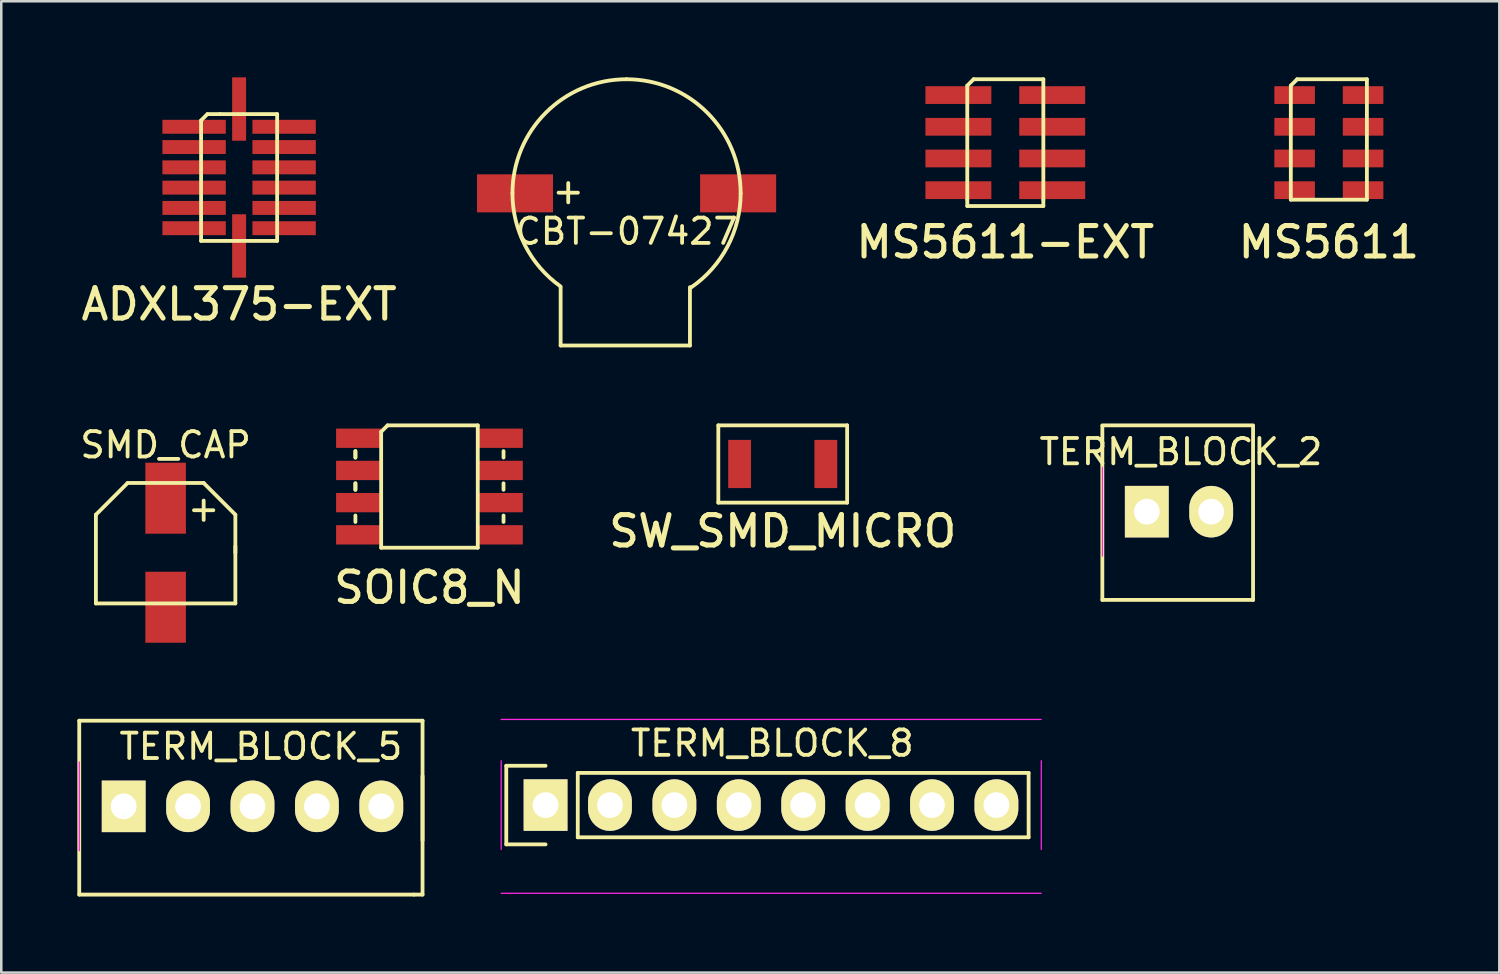
<source format=kicad_pcb>
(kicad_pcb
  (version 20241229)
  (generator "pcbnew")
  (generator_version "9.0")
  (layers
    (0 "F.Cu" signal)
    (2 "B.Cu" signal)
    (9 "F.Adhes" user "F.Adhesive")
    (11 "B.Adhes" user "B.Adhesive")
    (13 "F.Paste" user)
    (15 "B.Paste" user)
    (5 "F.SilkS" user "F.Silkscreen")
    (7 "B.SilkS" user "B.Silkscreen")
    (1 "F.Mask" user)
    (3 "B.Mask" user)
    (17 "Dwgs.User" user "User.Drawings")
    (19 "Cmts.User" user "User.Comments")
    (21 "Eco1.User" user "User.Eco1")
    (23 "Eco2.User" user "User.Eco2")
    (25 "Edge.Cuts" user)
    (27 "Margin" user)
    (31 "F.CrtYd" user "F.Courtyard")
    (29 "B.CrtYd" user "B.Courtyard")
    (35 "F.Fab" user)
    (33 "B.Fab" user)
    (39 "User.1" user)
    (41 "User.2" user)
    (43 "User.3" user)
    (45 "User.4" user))
  (footprint "TERM_BLOCK_2"
    (layer "F.Cu")
    (at 42.177 17.129)
    (property "Reference" "TERM_BLOCK_2" (at 1.346 -2.362 0) (layer "F.SilkS") (effects (font (size 1 1) (thickness 0.15))))
    (attr through_hole)
    (fp_line (start -1.753 -3.404) (end 4.191 -3.404) (stroke (width 0.15) (type solid)) (layer "F.SilkS"))
    (fp_line (start -1.753 -3.378) (end -1.753 3.48) (stroke (width 0.15) (type solid)) (layer "F.SilkS"))
    (fp_line (start 4.191 3.48) (end -1.753 3.48) (stroke (width 0.15) (type solid)) (layer "F.SilkS"))
    (fp_line (start 4.191 3.48) (end 4.191 -3.378) (stroke (width 0.15) (type solid)) (layer "F.SilkS"))
    (fp_line (start -1.75 -1.75) (end -1.75 1.75) (stroke (width 0.05) (type solid)) (layer "F.CrtYd"))
    (pad "1" thru_hole rect (at 0 0) (size 1.727 2.032) (drill 1.016) (layers "*.Cu" "*.Mask" "F.SilkS"))
    (pad "2" thru_hole oval (at 2.54 0) (size 1.727 2.032) (drill 1.016) (layers "*.Cu" "*.Mask" "F.SilkS")))
  (footprint "TERM_BLOCK_8"
    (layer "F.Cu")
    (at 18.466 28.701)
    (property "Reference" "TERM_BLOCK_8" (at 8.941 -2.438 0) (layer "F.SilkS") (effects (font (size 1 1) (thickness 0.15))))
    (attr through_hole)
    (fp_line (start -1.55 -1.55) (end -1.55 1.55) (stroke (width 0.15) (type solid)) (layer "F.SilkS"))
    (fp_line (start -1.55 1.55) (end 0 1.55) (stroke (width 0.15) (type solid)) (layer "F.SilkS"))
    (fp_line (start 0 -1.55) (end -1.55 -1.55) (stroke (width 0.15) (type solid)) (layer "F.SilkS"))
    (fp_line (start 1.27 1.27) (end 1.27 -1.27) (stroke (width 0.15) (type solid)) (layer "F.SilkS"))
    (fp_line (start 1.27 1.27) (end 19.05 1.27) (stroke (width 0.15) (type solid)) (layer "F.SilkS"))
    (fp_line (start 19.05 -1.27) (end 1.27 -1.27) (stroke (width 0.15) (type solid)) (layer "F.SilkS"))
    (fp_line (start 19.05 1.27) (end 19.05 -1.27) (stroke (width 0.15) (type solid)) (layer "F.SilkS"))
    (fp_line (start -1.753 -3.378) (end 19.547 -3.378) (stroke (width 0.05) (type solid)) (layer "F.CrtYd"))
    (fp_line (start -1.753 3.48) (end 19.547 3.48) (stroke (width 0.05) (type solid)) (layer "F.CrtYd"))
    (fp_line (start -1.75 -1.75) (end -1.75 1.75) (stroke (width 0.05) (type solid)) (layer "F.CrtYd"))
    (fp_line (start 19.55 -1.75) (end 19.55 1.75) (stroke (width 0.05) (type solid)) (layer "F.CrtYd"))
    (pad "1" thru_hole rect (at 0 0) (size 1.727 2.032) (drill 1.016) (layers "*.Cu" "*.Mask" "F.SilkS"))
    (pad "2" thru_hole oval (at 2.54 0) (size 1.727 2.032) (drill 1.016) (layers "*.Cu" "*.Mask" "F.SilkS"))
    (pad "3" thru_hole oval (at 5.08 0) (size 1.727 2.032) (drill 1.016) (layers "*.Cu" "*.Mask" "F.SilkS"))
    (pad "4" thru_hole oval (at 7.62 0) (size 1.727 2.032) (drill 1.016) (layers "*.Cu" "*.Mask" "F.SilkS"))
    (pad "5" thru_hole oval (at 10.16 0) (size 1.727 2.032) (drill 1.016) (layers "*.Cu" "*.Mask" "F.SilkS"))
    (pad "6" thru_hole oval (at 12.7 0) (size 1.727 2.032) (drill 1.016) (layers "*.Cu" "*.Mask" "F.SilkS"))
    (pad "7" thru_hole oval (at 15.24 0) (size 1.727 2.032) (drill 1.016) (layers "*.Cu" "*.Mask" "F.SilkS"))
    (pad "8" thru_hole oval (at 17.78 0) (size 1.727 2.032) (drill 1.016) (layers "*.Cu" "*.Mask" "F.SilkS")))
  (footprint "ADXL375-EXT"
    (layer "F.Cu")
    (at 6.38 3.95)
    (property "Reference" "ADXL375-EXT" (at 0 5 0) (layer "F.SilkS") (effects (font (size 1.2 1.2) (thickness 0.2))))
    (attr through_hole)
    (fp_line (start -1.5 -2.25) (end -1.5 2.5) (stroke (width 0.15) (type solid)) (layer "F.SilkS"))
    (fp_line (start -1.5 2.5) (end 1.5 2.5) (stroke (width 0.15) (type solid)) (layer "F.SilkS"))
    (fp_line (start -1.25 -2.5) (end -1.5 -2.25) (stroke (width 0.15) (type solid)) (layer "F.SilkS"))
    (fp_line (start -0.75 -2.5) (end -1.25 -2.5) (stroke (width 0.15) (type solid)) (layer "F.SilkS"))
    (fp_line (start 1.5 -2.5) (end -0.75 -2.5) (stroke (width 0.15) (type solid)) (layer "F.SilkS"))
    (fp_line (start 1.5 2.5) (end 1.5 -2.5) (stroke (width 0.15) (type solid)) (layer "F.SilkS"))
    (pad "1" smd rect (at -1.775 -2) (size 2.5 0.55) (layers "F.Cu" "F.Mask" "F.Paste"))
    (pad "2" smd rect (at -1.775 -1.2) (size 2.5 0.55) (layers "F.Cu" "F.Mask" "F.Paste"))
    (pad "3" smd rect (at -1.775 -0.4) (size 2.5 0.55) (layers "F.Cu" "F.Mask" "F.Paste"))
    (pad "4" smd rect (at -1.775 0.4) (size 2.5 0.55) (layers "F.Cu" "F.Mask" "F.Paste"))
    (pad "5" smd rect (at -1.775 1.2) (size 2.5 0.55) (layers "F.Cu" "F.Mask" "F.Paste"))
    (pad "6" smd rect (at -1.775 2) (size 2.5 0.55) (layers "F.Cu" "F.Mask" "F.Paste"))
    (pad "7" smd rect (at 0 2.7) (size 0.55 2.5) (layers "F.Cu" "F.Mask" "F.Paste"))
    (pad "8" smd rect (at 1.775 2) (size 2.5 0.55) (layers "F.Cu" "F.Mask" "F.Paste"))
    (pad "9" smd rect (at 1.775 1.2) (size 2.5 0.55) (layers "F.Cu" "F.Mask" "F.Paste"))
    (pad "10" smd rect (at 1.775 0.4) (size 2.5 0.55) (layers "F.Cu" "F.Mask" "F.Paste"))
    (pad "11" smd rect (at 1.775 -0.4) (size 2.5 0.55) (layers "F.Cu" "F.Mask" "F.Paste"))
    (pad "12" smd rect (at 1.775 -1.2) (size 2.5 0.55) (layers "F.Cu" "F.Mask" "F.Paste"))
    (pad "13" smd rect (at 1.775 -2) (size 2.5 0.55) (layers "F.Cu" "F.Mask" "F.Paste"))
    (pad "14" smd rect (at 0 -2.7) (size 0.55 2.5) (layers "F.Cu" "F.Mask" "F.Paste")))
  (footprint "MS5611-EXT"
    (layer "F.Cu")
    (at 36.597 2.575)
    (property "Reference" "MS5611-EXT" (at 0 3.925 0) (layer "F.SilkS") (effects (font (size 1.2 1.2) (thickness 0.2))))
    (attr through_hole)
    (fp_line (start -1.5 -2.25) (end -1.25 -2.5) (stroke (width 0.15) (type solid)) (layer "F.SilkS"))
    (fp_line (start -1.5 2.25) (end -1.5 -2.25) (stroke (width 0.15) (type solid)) (layer "F.SilkS"))
    (fp_line (start -1.5 2.25) (end -1.5 2.5) (stroke (width 0.15) (type solid)) (layer "F.SilkS"))
    (fp_line (start -1.5 2.5) (end 1.5 2.5) (stroke (width 0.15) (type solid)) (layer "F.SilkS"))
    (fp_line (start -1.25 -2.5) (end 1.5 -2.5) (stroke (width 0.15) (type solid)) (layer "F.SilkS"))
    (fp_line (start 1.5 -2.5) (end 1.5 2.25) (stroke (width 0.15) (type solid)) (layer "F.SilkS"))
    (fp_line (start 1.5 2.5) (end 1.5 2.25) (stroke (width 0.15) (type solid)) (layer "F.SilkS"))
    (pad "1" smd rect (at -1.85 -1.875) (size 2.6 0.7) (layers "F.Cu" "F.Mask" "F.Paste"))
    (pad "2" smd rect (at -1.85 -0.625) (size 2.6 0.7) (layers "F.Cu" "F.Mask" "F.Paste"))
    (pad "3" smd rect (at -1.85 0.625) (size 2.6 0.7) (layers "F.Cu" "F.Mask" "F.Paste"))
    (pad "4" smd rect (at -1.85 1.875) (size 2.6 0.7) (layers "F.Cu" "F.Mask" "F.Paste"))
    (pad "5" smd rect (at 1.85 1.875) (size 2.6 0.7) (layers "F.Cu" "F.Mask" "F.Paste"))
    (pad "6" smd rect (at 1.85 0.625) (size 2.6 0.7) (layers "F.Cu" "F.Mask" "F.Paste"))
    (pad "7" smd rect (at 1.85 -0.625) (size 2.6 0.7) (layers "F.Cu" "F.Mask" "F.Paste"))
    (pad "8" smd rect (at 1.85 -1.875) (size 2.6 0.7) (layers "F.Cu" "F.Mask" "F.Paste")))
  (footprint "SW_SMD_MICRO"
    (layer "F.Cu")
    (at 27.819 15.249)
    (property "Reference" "SW_SMD_MICRO" (at 0 2.65 0) (layer "F.SilkS") (effects (font (size 1.2 1.2) (thickness 0.2))))
    (attr through_hole)
    (fp_line (start -2.54 -1.524) (end -2.54 1.524) (stroke (width 0.15) (type solid)) (layer "F.SilkS"))
    (fp_line (start -2.54 1.524) (end 2.54 1.524) (stroke (width 0.15) (type solid)) (layer "F.SilkS"))
    (fp_line (start 2.54 -1.524) (end -2.54 -1.524) (stroke (width 0.15) (type solid)) (layer "F.SilkS"))
    (fp_line (start 2.54 1.524) (end 2.54 -1.524) (stroke (width 0.15) (type solid)) (layer "F.SilkS"))
    (pad "1" smd rect (at -1.7 0) (size 0.9 1.9) (layers "F.Cu" "F.Mask" "F.Paste"))
    (pad "2" smd rect (at 1.7 0) (size 0.9 1.9) (layers "F.Cu" "F.Mask" "F.Paste")))
  (footprint "MS5611"
    (layer "F.Cu")
    (at 49.357 2.575)
    (property "Reference" "MS5611" (at 0 3.925 0) (layer "F.SilkS") (effects (font (size 1.2 1.2) (thickness 0.2))))
    (attr through_hole)
    (fp_line (start -1.5 -2.25) (end -1.25 -2.5) (stroke (width 0.15) (type solid)) (layer "F.SilkS"))
    (fp_line (start -1.5 2.25) (end -1.5 -2.25) (stroke (width 0.15) (type solid)) (layer "F.SilkS"))
    (fp_line (start -1.25 -2.5) (end 1.5 -2.5) (stroke (width 0.15) (type solid)) (layer "F.SilkS"))
    (fp_line (start 1.5 -2.5) (end 1.5 2.25) (stroke (width 0.15) (type solid)) (layer "F.SilkS"))
    (fp_line (start 1.5 2.25) (end -1.5 2.25) (stroke (width 0.15) (type solid)) (layer "F.SilkS"))
    (pad "1" smd rect (at -1.35 -1.875) (size 1.6 0.7) (layers "F.Cu" "F.Mask" "F.Paste"))
    (pad "2" smd rect (at -1.35 -0.625) (size 1.6 0.7) (layers "F.Cu" "F.Mask" "F.Paste"))
    (pad "3" smd rect (at -1.35 0.625) (size 1.6 0.7) (layers "F.Cu" "F.Mask" "F.Paste"))
    (pad "4" smd rect (at -1.35 1.875) (size 1.6 0.7) (layers "F.Cu" "F.Mask" "F.Paste"))
    (pad "5" smd rect (at 1.35 1.875) (size 1.6 0.7) (layers "F.Cu" "F.Mask" "F.Paste"))
    (pad "6" smd rect (at 1.35 0.625) (size 1.6 0.7) (layers "F.Cu" "F.Mask" "F.Paste"))
    (pad "7" smd rect (at 1.35 -0.625) (size 1.6 0.7) (layers "F.Cu" "F.Mask" "F.Paste"))
    (pad "8" smd rect (at 1.35 -1.875) (size 1.6 0.7) (layers "F.Cu" "F.Mask" "F.Paste")))
  (footprint "TERM_BLOCK_5"
    (layer "F.Cu")
    (at 1.828 28.751)
    (property "Reference" "TERM_BLOCK_5" (at 5.41 -2.362 0) (layer "F.SilkS") (effects (font (size 1 1) (thickness 0.15))))
    (attr through_hole)
    (fp_line (start -1.753 -3.378) (end -1.753 3.48) (stroke (width 0.15) (type solid)) (layer "F.SilkS"))
    (fp_line (start -1.753 3.48) (end 11.455 3.48) (stroke (width 0.15) (type solid)) (layer "F.SilkS"))
    (fp_line (start 11.455 3.48) (end 11.786 3.48) (stroke (width 0.15) (type solid)) (layer "F.SilkS"))
    (fp_line (start 11.786 -3.378) (end -1.753 -3.378) (stroke (width 0.15) (type solid)) (layer "F.SilkS"))
    (fp_line (start 11.786 1.346) (end 11.786 -1.194) (stroke (width 0.15) (type solid)) (layer "F.SilkS"))
    (fp_line (start 11.786 3.48) (end 11.786 -3.378) (stroke (width 0.15) (type solid)) (layer "F.SilkS"))
    (fp_line (start -1.75 -1.75) (end -1.75 1.75) (stroke (width 0.05) (type solid)) (layer "F.CrtYd"))
    (pad "1" thru_hole rect (at 0 0) (size 1.727 2.032) (drill 1.016) (layers "*.Cu" "*.Mask" "F.SilkS"))
    (pad "2" thru_hole oval (at 2.54 0) (size 1.727 2.032) (drill 1.016) (layers "*.Cu" "*.Mask" "F.SilkS"))
    (pad "3" thru_hole oval (at 5.08 0) (size 1.727 2.032) (drill 1.016) (layers "*.Cu" "*.Mask" "F.SilkS"))
    (pad "4" thru_hole oval (at 7.62 0) (size 1.727 2.032) (drill 1.016) (layers "*.Cu" "*.Mask" "F.SilkS"))
    (pad "5" thru_hole oval (at 10.16 0) (size 1.727 2.032) (drill 1.016) (layers "*.Cu" "*.Mask" "F.SilkS")))
  (footprint "SOIC8_N"
    (layer "F.Cu")
    (at 13.887 16.138)
    (property "Reference" "SOIC8_N" (at 0 3.986 0) (layer "F.SilkS") (effects (font (size 1.2 1.2) (thickness 0.2))))
    (attr through_hole)
    (fp_line (start -2.921 -1.397) (end -2.921 -1.143) (stroke (width 0.15) (type solid)) (layer "F.SilkS"))
    (fp_line (start -2.921 -1.143) (end -2.921 -1.397) (stroke (width 0.15) (type solid)) (layer "F.SilkS"))
    (fp_line (start -2.921 -0.127) (end -2.921 0.127) (stroke (width 0.15) (type solid)) (layer "F.SilkS"))
    (fp_line (start -2.921 0.127) (end -2.921 -0.127) (stroke (width 0.15) (type solid)) (layer "F.SilkS"))
    (fp_line (start -2.921 1.143) (end -2.921 1.397) (stroke (width 0.15) (type solid)) (layer "F.SilkS"))
    (fp_line (start -1.905 -2.159) (end -1.905 2.413) (stroke (width 0.15) (type solid)) (layer "F.SilkS"))
    (fp_line (start -1.905 2.413) (end 1.905 2.413) (stroke (width 0.15) (type solid)) (layer "F.SilkS"))
    (fp_line (start -1.651 -2.413) (end -1.905 -2.159) (stroke (width 0.15) (type solid)) (layer "F.SilkS"))
    (fp_line (start 1.905 -2.413) (end -1.651 -2.413) (stroke (width 0.15) (type solid)) (layer "F.SilkS"))
    (fp_line (start 1.905 2.413) (end 1.905 -2.413) (stroke (width 0.15) (type solid)) (layer "F.SilkS"))
    (fp_line (start 2.921 -1.143) (end 2.921 -1.397) (stroke (width 0.15) (type solid)) (layer "F.SilkS"))
    (fp_line (start 2.921 0.127) (end 2.921 -0.127) (stroke (width 0.15) (type solid)) (layer "F.SilkS"))
    (fp_line (start 2.921 1.397) (end 2.921 1.143) (stroke (width 0.15) (type solid)) (layer "F.SilkS"))
    (pad "1" smd rect (at -2.794 -1.905) (size 1.778 0.762) (layers "F.Cu" "F.Mask" "F.Paste"))
    (pad "2" smd rect (at -2.794 -0.635) (size 1.778 0.762) (layers "F.Cu" "F.Mask" "F.Paste"))
    (pad "3" smd rect (at -2.794 0.635) (size 1.778 0.762) (layers "F.Cu" "F.Mask" "F.Paste"))
    (pad "4" smd rect (at -2.794 1.905) (size 1.778 0.762) (layers "F.Cu" "F.Mask" "F.Paste"))
    (pad "5" smd rect (at 2.794 1.905) (size 1.778 0.762) (layers "F.Cu" "F.Mask" "F.Paste"))
    (pad "6" smd rect (at 2.794 0.635) (size 1.778 0.762) (layers "F.Cu" "F.Mask" "F.Paste"))
    (pad "7" smd rect (at 2.794 -0.635) (size 1.778 0.762) (layers "F.Cu" "F.Mask" "F.Paste"))
    (pad "8" smd rect (at 2.794 -1.905) (size 1.778 0.762) (layers "F.Cu" "F.Mask" "F.Paste")))
  (footprint "SMD_CAP"
    (layer "F.Cu")
    (at 3.482 18.748)
    (property "Reference" "SMD_CAP" (at 0 -4.25 0) (layer "F.SilkS") (effects (font (size 1 1) (thickness 0.15))))
    (attr through_hole)
    (fp_line (start -2.75 -1.5) (end -2.75 2) (stroke (width 0.15) (type solid)) (layer "F.SilkS"))
    (fp_line (start -2.75 2) (end 2.75 2) (stroke (width 0.15) (type solid)) (layer "F.SilkS"))
    (fp_line (start -1.5 -2.75) (end -2.75 -1.5) (stroke (width 0.15) (type solid)) (layer "F.SilkS"))
    (fp_line (start 1.5 -2.75) (end -1.5 -2.75) (stroke (width 0.15) (type solid)) (layer "F.SilkS"))
    (fp_line (start 2.75 -1.5) (end 1.5 -2.75) (stroke (width 0.15) (type solid)) (layer "F.SilkS"))
    (fp_line (start 2.75 0) (end 2.75 -1.5) (stroke (width 0.15) (type solid)) (layer "F.SilkS"))
    (fp_line (start 2.75 2) (end 2.75 -0.25) (stroke (width 0.15) (type solid)) (layer "F.SilkS"))
    (fp_text user "+" (at 1.5 -1.75 0) (layer "F.SilkS") (effects (font (size 1 1) (thickness 0.15))))
    (pad "1" smd rect (at 0 -2.15) (size 1.6 2.8) (layers "F.Cu" "F.Mask" "F.Paste"))
    (pad "2" smd rect (at 0 2.15) (size 1.6 2.8) (layers "F.Cu" "F.Mask" "F.Paste")))
  (footprint "CBT-07427"
    (layer "F.Cu")
    (at 21.66 4.575)
    (property "Reference" "CBT-07427" (at 0 1.5 0) (layer "F.SilkS") (effects (font (size 1 1) (thickness 0.15))))
    (attr through_hole)
    (fp_line (start -2.6 6) (end -2.6 3.7) (stroke (width 0.15) (type solid)) (layer "F.SilkS"))
    (fp_line (start -2.6 6) (end 2.5 6) (stroke (width 0.15) (type solid)) (layer "F.SilkS"))
    (fp_line (start 2.5 6) (end 2.5 3.7) (stroke (width 0.15) (type solid)) (layer "F.SilkS"))
    (fp_arc (start -4.5 0) (mid -3.181981 -3.181981) (end 0 -4.5) (stroke (width 0.15) (type solid)) (layer "F.SilkS"))
    (fp_arc (start -2.606765 3.668075) (mid -3.998777 2.063923) (end -4.5 0) (stroke (width 0.15) (type solid)) (layer "F.SilkS"))
    (fp_arc (start 0 -4.5) (mid 3.181981 -3.181981) (end 4.5 0) (stroke (width 0.15) (type solid)) (layer "F.SilkS"))
    (fp_arc (start 4.5 0) (mid 3.982444 2.095265) (end 2.548828 3.708568) (stroke (width 0.15) (type solid)) (layer "F.SilkS"))
    (fp_text user "+" (at -2.3 -0.1 0) (layer "F.SilkS") (effects (font (size 1 1) (thickness 0.15))))
    (pad "1" smd rect (at -4.4 0) (size 3 1.5) (layers "F.Cu" "F.Mask" "F.Paste"))
    (pad "2" smd rect (at 4.4 0) (size 3 1.5) (layers "F.Cu" "F.Mask" "F.Paste")))
  (gr_rect
    (start -3 -3)
    (end 56.08 35.306)
    (stroke (width 0.1) (type default))
    (fill no)
    (layer "Edge.Cuts")))
</source>
